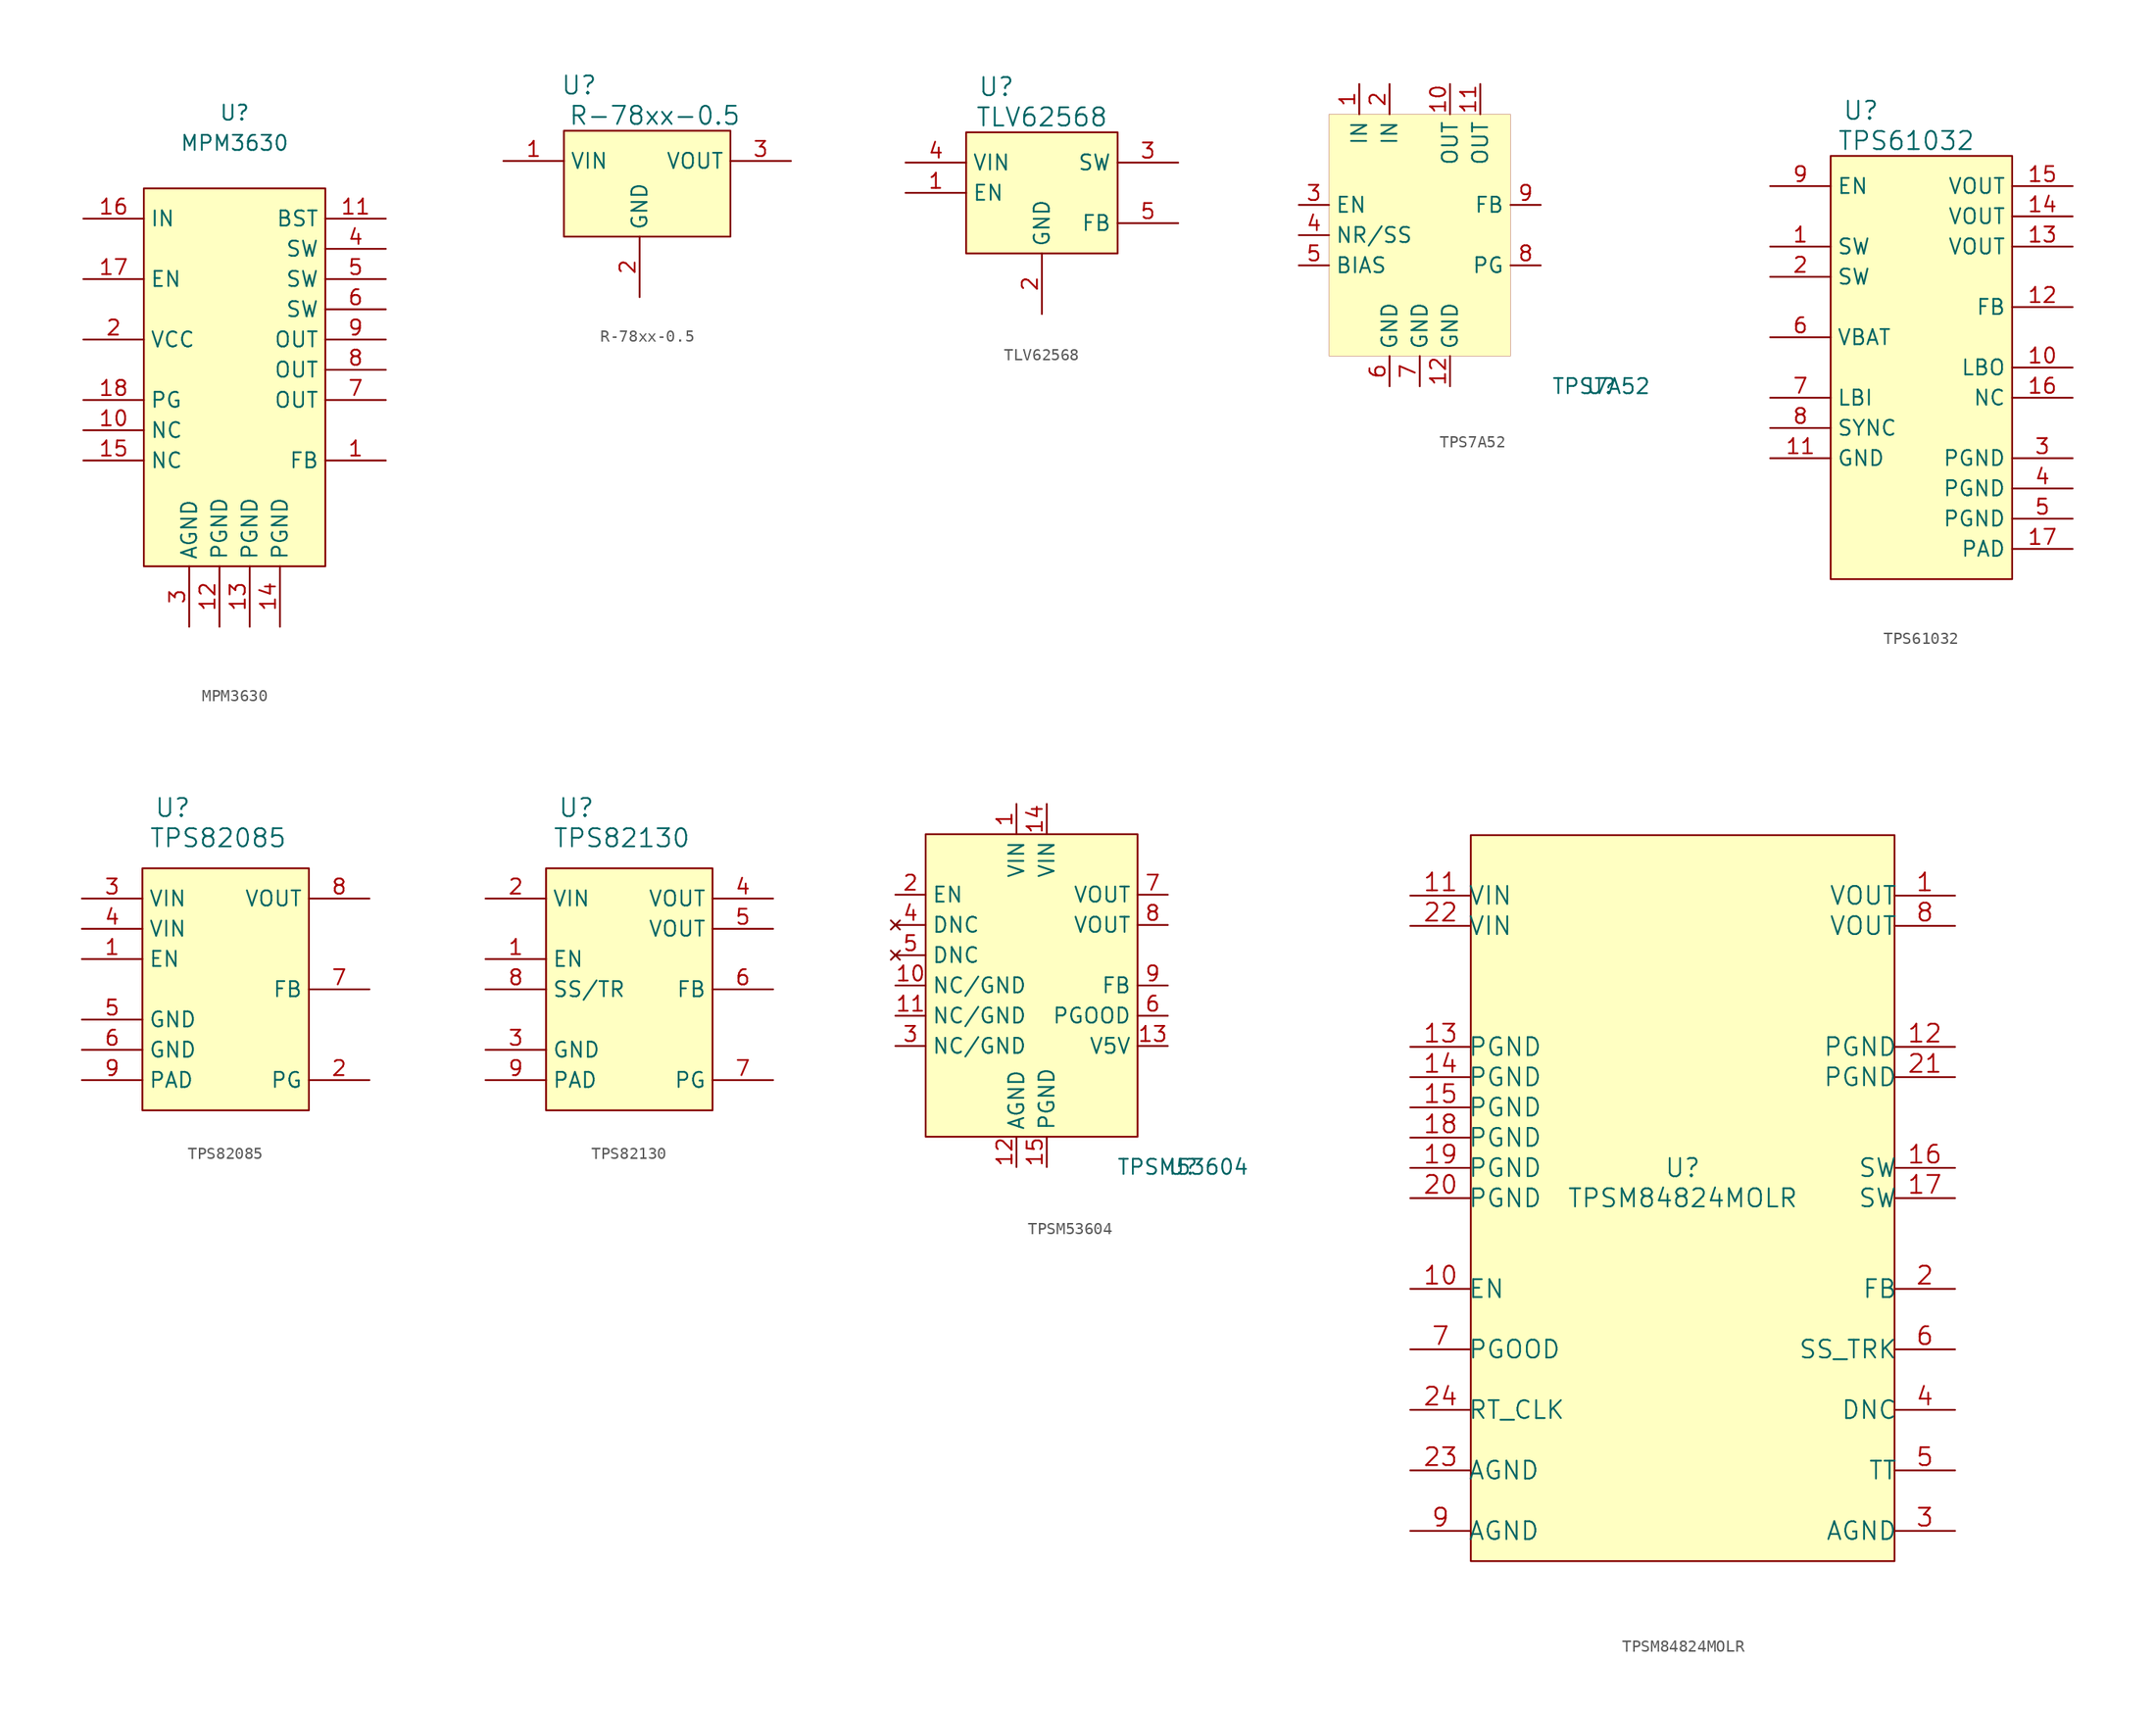
<source format=kicad_sym>
(kicad_symbol_lib
  (version 20201005)
  (generator kicad_symbol_editor)
  (symbol "DCDC_Converters:MPM3630"
    (property "Reference" "U"
      (at 0 25.4 0)
      (effects (font (size 1.27 1.27))))
    (property "Value" "MPM3630"
      (at 0 22.86 0)
      (effects (font (size 1.27 1.27))))
    (symbol "MPM3630_0_1"
      (rectangle (start -7.62 19.05) (end 7.62 -12.7) (stroke (width 0)) (fill (type background))))
    (symbol "MPM3630_1_1"
      (pin input line (at 12.7 -3.81 180) (length 5.08) (name "FB" (effects (font (size 1.27 1.27)))) (number "1" (effects (font (size 1.27 1.27)))))
      (pin input line (at -12.7 -1.27 0) (length 5.08) (name "NC" (effects (font (size 1.27 1.27)))) (number "10" (effects (font (size 1.27 1.27)))))
      (pin input line (at 12.7 16.51 180) (length 5.08) (name "BST" (effects (font (size 1.27 1.27)))) (number "11" (effects (font (size 1.27 1.27)))))
      (pin input line (at -1.27 -17.78 90) (length 5.08) (name "PGND" (effects (font (size 1.27 1.27)))) (number "12" (effects (font (size 1.27 1.27)))))
      (pin input line (at 1.27 -17.78 90) (length 5.08) (name "PGND" (effects (font (size 1.27 1.27)))) (number "13" (effects (font (size 1.27 1.27)))))
      (pin input line (at 3.81 -17.78 90) (length 5.08) (name "PGND" (effects (font (size 1.27 1.27)))) (number "14" (effects (font (size 1.27 1.27)))))
      (pin input line (at -12.7 -3.81 0) (length 5.08) (name "NC" (effects (font (size 1.27 1.27)))) (number "15" (effects (font (size 1.27 1.27)))))
      (pin input line (at -12.7 16.51 0) (length 5.08) (name "IN" (effects (font (size 1.27 1.27)))) (number "16" (effects (font (size 1.27 1.27)))))
      (pin input line (at -12.7 11.43 0) (length 5.08) (name "EN" (effects (font (size 1.27 1.27)))) (number "17" (effects (font (size 1.27 1.27)))))
      (pin input line (at -12.7 1.27 0) (length 5.08) (name "PG" (effects (font (size 1.27 1.27)))) (number "18" (effects (font (size 1.27 1.27)))))
      (pin input line (at -12.7 6.35 0) (length 5.08) (name "VCC" (effects (font (size 1.27 1.27)))) (number "2" (effects (font (size 1.27 1.27)))))
      (pin input line (at -3.81 -17.78 90) (length 5.08) (name "AGND" (effects (font (size 1.27 1.27)))) (number "3" (effects (font (size 1.27 1.27)))))
      (pin input line (at 12.7 13.97 180) (length 5.08) (name "SW" (effects (font (size 1.27 1.27)))) (number "4" (effects (font (size 1.27 1.27)))))
      (pin input line (at 12.7 11.43 180) (length 5.08) (name "SW" (effects (font (size 1.27 1.27)))) (number "5" (effects (font (size 1.27 1.27)))))
      (pin input line (at 12.7 8.89 180) (length 5.08) (name "SW" (effects (font (size 1.27 1.27)))) (number "6" (effects (font (size 1.27 1.27)))))
      (pin input line (at 12.7 1.27 180) (length 5.08) (name "OUT" (effects (font (size 1.27 1.27)))) (number "7" (effects (font (size 1.27 1.27)))))
      (pin input line (at 12.7 3.81 180) (length 5.08) (name "OUT" (effects (font (size 1.27 1.27)))) (number "8" (effects (font (size 1.27 1.27)))))
      (pin input line (at 12.7 6.35 180) (length 5.08) (name "OUT" (effects (font (size 1.27 1.27)))) (number "9" (effects (font (size 1.27 1.27)))))))
  (symbol "DCDC_Converters:R-78xx-0.5"
    (property "Reference" "U"
      (at -5.08 6.35 0)
      (effects (font (size 1.524 1.524))))
    (property "Value" "R-78xx-0.5"
      (at 1.27 3.81 0)
      (effects (font (size 1.524 1.524))))
    (symbol "R-78xx-0.5_0_1"
      (rectangle (start -6.35 2.54) (end 7.62 -6.35) (stroke (width 0)) (fill (type background))))
    (symbol "R-78xx-0.5_1_1"
      (pin input line (at -11.43 0 0) (length 5.08) (name "VIN" (effects (font (size 1.27 1.27)))) (number "1" (effects (font (size 1.27 1.27)))))
      (pin input line (at 0 -11.43 90) (length 5.08) (name "GND" (effects (font (size 1.27 1.27)))) (number "2" (effects (font (size 1.27 1.27)))))
      (pin input line (at 12.7 0 180) (length 5.08) (name "VOUT" (effects (font (size 1.27 1.27)))) (number "3" (effects (font (size 1.27 1.27)))))))
  (symbol "DCDC_Converters:TLV62568"
    (property "Reference" "U"
      (at -3.81 8.89 0)
      (effects (font (size 1.524 1.524))))
    (property "Value" "TLV62568"
      (at 0 6.35 0)
      (effects (font (size 1.524 1.524))))
    (symbol "TLV62568_0_1"
      (rectangle (start -6.35 5.08) (end 6.35 -5.08) (stroke (width 0)) (fill (type background))))
    (symbol "TLV62568_1_1"
      (pin input line (at -11.43 0 0) (length 5.08) (name "EN" (effects (font (size 1.27 1.27)))) (number "1" (effects (font (size 1.27 1.27)))))
      (pin input line (at 0 -10.16 90) (length 5.08) (name "GND" (effects (font (size 1.27 1.27)))) (number "2" (effects (font (size 1.27 1.27)))))
      (pin input line (at 11.43 2.54 180) (length 5.08) (name "SW" (effects (font (size 1.27 1.27)))) (number "3" (effects (font (size 1.27 1.27)))))
      (pin input line (at -11.43 2.54 0) (length 5.08) (name "VIN" (effects (font (size 1.27 1.27)))) (number "4" (effects (font (size 1.27 1.27)))))
      (pin input line (at 11.43 -2.54 180) (length 5.08) (name "FB" (effects (font (size 1.27 1.27)))) (number "5" (effects (font (size 1.27 1.27)))))))
  (symbol "DCDC_Converters:TPS7A52"
    (property "Reference" "U"
      (at 15.24 -12.7 0)
      (effects (font (size 1.27 1.27))))
    (property "Value" "TPS7A52"
      (at 15.24 -12.7 0)
      (effects (font (size 1.27 1.27))))
    (symbol "TPS7A52_0_1"
      (rectangle (start -7.62 10.16) (end 7.62 -10.16) (stroke (width 0.001)) (fill (type background))))
    (symbol "TPS7A52_1_1"
      (pin power_in line (at -5.08 12.7 270) (length 2.54) (name "IN" (effects (font (size 1.27 1.27)))) (number "1" (effects (font (size 1.27 1.27)))))
      (pin power_out line (at 2.54 12.7 270) (length 2.54) (name "OUT" (effects (font (size 1.27 1.27)))) (number "10" (effects (font (size 1.27 1.27)))))
      (pin power_out line (at 5.08 12.7 270) (length 2.54) (name "OUT" (effects (font (size 1.27 1.27)))) (number "11" (effects (font (size 1.27 1.27)))))
      (pin power_in line (at 2.54 -12.7 90) (length 2.54) (name "GND" (effects (font (size 1.27 1.27)))) (number "12" (effects (font (size 1.27 1.27)))))
      (pin power_in line (at -2.54 12.7 270) (length 2.54) (name "IN" (effects (font (size 1.27 1.27)))) (number "2" (effects (font (size 1.27 1.27)))))
      (pin input line (at -10.16 2.54 0) (length 2.54) (name "EN" (effects (font (size 1.27 1.27)))) (number "3" (effects (font (size 1.27 1.27)))))
      (pin input line (at -10.16 0 0) (length 2.54) (name "NR/SS" (effects (font (size 1.27 1.27)))) (number "4" (effects (font (size 1.27 1.27)))))
      (pin input line (at -10.16 -2.54 0) (length 2.54) (name "BIAS" (effects (font (size 1.27 1.27)))) (number "5" (effects (font (size 1.27 1.27)))))
      (pin power_in line (at -2.54 -12.7 90) (length 2.54) (name "GND" (effects (font (size 1.27 1.27)))) (number "6" (effects (font (size 1.27 1.27)))))
      (pin power_in line (at 0 -12.7 90) (length 2.54) (name "GND" (effects (font (size 1.27 1.27)))) (number "7" (effects (font (size 1.27 1.27)))))
      (pin output line (at 10.16 -2.54 180) (length 2.54) (name "PG" (effects (font (size 1.27 1.27)))) (number "8" (effects (font (size 1.27 1.27)))))
      (pin input line (at 10.16 2.54 180) (length 2.54) (name "FB" (effects (font (size 1.27 1.27)))) (number "9" (effects (font (size 1.27 1.27)))))))
  (symbol "DCDC_Converters:TPS61032"
    (property "Reference" "U"
      (at -5.08 19.05 0)
      (effects (font (size 1.524 1.524))))
    (property "Value" "TPS61032"
      (at -1.27 16.51 0)
      (effects (font (size 1.524 1.524))))
    (symbol "TPS61032_0_1"
      (rectangle (start -7.62 15.24) (end 7.62 -20.32) (stroke (width 0)) (fill (type background))))
    (symbol "TPS61032_1_1"
      (pin input line (at -12.7 7.62 0) (length 5.08) (name "SW" (effects (font (size 1.27 1.27)))) (number "1" (effects (font (size 1.27 1.27)))))
      (pin input line (at 12.7 -2.54 180) (length 5.08) (name "LBO" (effects (font (size 1.27 1.27)))) (number "10" (effects (font (size 1.27 1.27)))))
      (pin input line (at -12.7 -10.16 0) (length 5.08) (name "GND" (effects (font (size 1.27 1.27)))) (number "11" (effects (font (size 1.27 1.27)))))
      (pin input line (at 12.7 2.54 180) (length 5.08) (name "FB" (effects (font (size 1.27 1.27)))) (number "12" (effects (font (size 1.27 1.27)))))
      (pin input line (at 12.7 7.62 180) (length 5.08) (name "VOUT" (effects (font (size 1.27 1.27)))) (number "13" (effects (font (size 1.27 1.27)))))
      (pin input line (at 12.7 10.16 180) (length 5.08) (name "VOUT" (effects (font (size 1.27 1.27)))) (number "14" (effects (font (size 1.27 1.27)))))
      (pin input line (at 12.7 12.7 180) (length 5.08) (name "VOUT" (effects (font (size 1.27 1.27)))) (number "15" (effects (font (size 1.27 1.27)))))
      (pin input line (at 12.7 -5.08 180) (length 5.08) (name "NC" (effects (font (size 1.27 1.27)))) (number "16" (effects (font (size 1.27 1.27)))))
      (pin input line (at 12.7 -17.78 180) (length 5.08) (name "PAD" (effects (font (size 1.27 1.27)))) (number "17" (effects (font (size 1.27 1.27)))))
      (pin input line (at -12.7 5.08 0) (length 5.08) (name "SW" (effects (font (size 1.27 1.27)))) (number "2" (effects (font (size 1.27 1.27)))))
      (pin input line (at 12.7 -10.16 180) (length 5.08) (name "PGND" (effects (font (size 1.27 1.27)))) (number "3" (effects (font (size 1.27 1.27)))))
      (pin input line (at 12.7 -12.7 180) (length 5.08) (name "PGND" (effects (font (size 1.27 1.27)))) (number "4" (effects (font (size 1.27 1.27)))))
      (pin input line (at 12.7 -15.24 180) (length 5.08) (name "PGND" (effects (font (size 1.27 1.27)))) (number "5" (effects (font (size 1.27 1.27)))))
      (pin input line (at -12.7 0 0) (length 5.08) (name "VBAT" (effects (font (size 1.27 1.27)))) (number "6" (effects (font (size 1.27 1.27)))))
      (pin input line (at -12.7 -5.08 0) (length 5.08) (name "LBI" (effects (font (size 1.27 1.27)))) (number "7" (effects (font (size 1.27 1.27)))))
      (pin input line (at -12.7 -7.62 0) (length 5.08) (name "SYNC" (effects (font (size 1.27 1.27)))) (number "8" (effects (font (size 1.27 1.27)))))
      (pin input line (at -12.7 12.7 0) (length 5.08) (name "EN" (effects (font (size 1.27 1.27)))) (number "9" (effects (font (size 1.27 1.27)))))))
  (symbol "DCDC_Converters:TPS82085"
    (property "Reference" "U"
      (at -5.08 16.51 0)
      (effects (font (size 1.524 1.524))))
    (property "Value" "TPS82085"
      (at -1.27 13.97 0)
      (effects (font (size 1.524 1.524))))
    (symbol "TPS82085_0_1"
      (rectangle (start 6.35 -8.89) (end -7.62 11.43) (stroke (width 0)) (fill (type background))))
    (symbol "TPS82085_1_1"
      (pin input line (at -12.7 3.81 0) (length 5.08) (name "EN" (effects (font (size 1.27 1.27)))) (number "1" (effects (font (size 1.27 1.27)))))
      (pin input line (at 11.43 -6.35 180) (length 5.08) (name "PG" (effects (font (size 1.27 1.27)))) (number "2" (effects (font (size 1.27 1.27)))))
      (pin input line (at -12.7 8.89 0) (length 5.08) (name "VIN" (effects (font (size 1.27 1.27)))) (number "3" (effects (font (size 1.27 1.27)))))
      (pin input line (at -12.7 6.35 0) (length 5.08) (name "VIN" (effects (font (size 1.27 1.27)))) (number "4" (effects (font (size 1.27 1.27)))))
      (pin input line (at -12.7 -1.27 0) (length 5.08) (name "GND" (effects (font (size 1.27 1.27)))) (number "5" (effects (font (size 1.27 1.27)))))
      (pin input line (at -12.7 -3.81 0) (length 5.08) (name "GND" (effects (font (size 1.27 1.27)))) (number "6" (effects (font (size 1.27 1.27)))))
      (pin input line (at 11.43 1.27 180) (length 5.08) (name "FB" (effects (font (size 1.27 1.27)))) (number "7" (effects (font (size 1.27 1.27)))))
      (pin input line (at 11.43 8.89 180) (length 5.08) (name "VOUT" (effects (font (size 1.27 1.27)))) (number "8" (effects (font (size 1.27 1.27)))))
      (pin input line (at -12.7 -6.35 0) (length 5.08) (name "PAD" (effects (font (size 1.27 1.27)))) (number "9" (effects (font (size 1.27 1.27)))))))
  (symbol "DCDC_Converters:TPS82130"
    (property "Reference" "U"
      (at -5.08 16.51 0)
      (effects (font (size 1.524 1.524))))
    (property "Value" "TPS82130"
      (at -1.27 13.97 0)
      (effects (font (size 1.524 1.524))))
    (symbol "TPS82130_0_1"
      (rectangle (start 6.35 -8.89) (end -7.62 11.43) (stroke (width 0)) (fill (type background))))
    (symbol "TPS82130_1_1"
      (pin input line (at -12.7 3.81 0) (length 5.08) (name "EN" (effects (font (size 1.27 1.27)))) (number "1" (effects (font (size 1.27 1.27)))))
      (pin input line (at -12.7 8.89 0) (length 5.08) (name "VIN" (effects (font (size 1.27 1.27)))) (number "2" (effects (font (size 1.27 1.27)))))
      (pin input line (at -12.7 -3.81 0) (length 5.08) (name "GND" (effects (font (size 1.27 1.27)))) (number "3" (effects (font (size 1.27 1.27)))))
      (pin input line (at 11.43 8.89 180) (length 5.08) (name "VOUT" (effects (font (size 1.27 1.27)))) (number "4" (effects (font (size 1.27 1.27)))))
      (pin input line (at 11.43 6.35 180) (length 5.08) (name "VOUT" (effects (font (size 1.27 1.27)))) (number "5" (effects (font (size 1.27 1.27)))))
      (pin input line (at 11.43 1.27 180) (length 5.08) (name "FB" (effects (font (size 1.27 1.27)))) (number "6" (effects (font (size 1.27 1.27)))))
      (pin input line (at 11.43 -6.35 180) (length 5.08) (name "PG" (effects (font (size 1.27 1.27)))) (number "7" (effects (font (size 1.27 1.27)))))
      (pin input line (at -12.7 1.27 0) (length 5.08) (name "SS/TR" (effects (font (size 1.27 1.27)))) (number "8" (effects (font (size 1.27 1.27)))))
      (pin input line (at -12.7 -6.35 0) (length 5.08) (name "PAD" (effects (font (size 1.27 1.27)))) (number "9" (effects (font (size 1.27 1.27)))))))
  (symbol "DCDC_Converters:TPSM53604"
    (property "Reference" "U"
      (at 13.97 -15.24 0)
      (effects (font (size 1.27 1.27))))
    (property "Value" "TPSM53604"
      (at 13.97 -15.24 0)
      (effects (font (size 1.27 1.27))))
    (symbol "TPSM53604_0_1"
      (rectangle (start -7.62 12.7) (end 10.16 -12.7) (stroke (width 0.152)) (fill (type background))))
    (symbol "TPSM53604_1_1"
      (pin power_in line (at 0 15.24 270) (length 2.54) (name "VIN" (effects (font (size 1.27 1.27)))) (number "1" (effects (font (size 1.27 1.27)))))
      (pin input line (at -10.16 0 0) (length 2.54) (name "NC/GND" (effects (font (size 1.27 1.27)))) (number "10" (effects (font (size 1.27 1.27)))))
      (pin input line (at -10.16 -2.54 0) (length 2.54) (name "NC/GND" (effects (font (size 1.27 1.27)))) (number "11" (effects (font (size 1.27 1.27)))))
      (pin power_in line (at 0 -15.24 90) (length 2.54) (name "AGND" (effects (font (size 1.27 1.27)))) (number "12" (effects (font (size 1.27 1.27)))))
      (pin output line (at 12.7 -5.08 180) (length 2.54) (name "V5V" (effects (font (size 1.27 1.27)))) (number "13" (effects (font (size 1.27 1.27)))))
      (pin power_in line (at 2.54 15.24 270) (length 2.54) (name "VIN" (effects (font (size 1.27 1.27)))) (number "14" (effects (font (size 1.27 1.27)))))
      (pin power_in line (at 2.54 -15.24 90) (length 2.54) (name "PGND" (effects (font (size 1.27 1.27)))) (number "15" (effects (font (size 1.27 1.27)))))
      (pin input line (at -10.16 7.62 0) (length 2.54) (name "EN" (effects (font (size 1.27 1.27)))) (number "2" (effects (font (size 1.27 1.27)))))
      (pin input line (at -10.16 -5.08 0) (length 2.54) (name "NC/GND" (effects (font (size 1.27 1.27)))) (number "3" (effects (font (size 1.27 1.27)))))
      (pin no_connect line (at -10.16 5.08 0) (length 2.54) (name "DNC" (effects (font (size 1.27 1.27)))) (number "4" (effects (font (size 1.27 1.27)))))
      (pin no_connect line (at -10.16 2.54 0) (length 2.54) (name "DNC" (effects (font (size 1.27 1.27)))) (number "5" (effects (font (size 1.27 1.27)))))
      (pin output line (at 12.7 -2.54 180) (length 2.54) (name "PGOOD" (effects (font (size 1.27 1.27)))) (number "6" (effects (font (size 1.27 1.27)))))
      (pin power_out line (at 12.7 7.62 180) (length 2.54) (name "VOUT" (effects (font (size 1.27 1.27)))) (number "7" (effects (font (size 1.27 1.27)))))
      (pin power_out line (at 12.7 5.08 180) (length 2.54) (name "VOUT" (effects (font (size 1.27 1.27)))) (number "8" (effects (font (size 1.27 1.27)))))
      (pin input line (at 12.7 0 180) (length 2.54) (name "FB" (effects (font (size 1.27 1.27)))) (number "9" (effects (font (size 1.27 1.27)))))))
  (symbol "DCDC_Converters:TPSM84824MOLR"
    (pin_names
      (offset -0.254))
    (property "Reference" "U"
      (at 0 2.54 0)
      (effects (font (size 1.524 1.524))))
    (property "Value" "TPSM84824MOLR"
      (at 0 0 0)
      (effects (font (size 1.524 1.524))))
    (property "Datasheet" ""
      (at 0 0 0)
      (effects (font (size 1.524 1.524))))
    (symbol "TPSM84824MOLR_1_1"
      (rectangle (start -17.78 30.48) (end 17.78 -30.48) (stroke (width 0.152)) (fill (type background)))
      (pin power_in line (at 22.86 25.4 180) (length 5.08) (name "VOUT" (effects (font (size 1.499 1.499)))) (number "1" (effects (font (size 1.499 1.499)))))
      (pin input line (at -22.86 -7.62 0) (length 5.08) (name "EN" (effects (font (size 1.499 1.499)))) (number "10" (effects (font (size 1.499 1.499)))))
      (pin power_in line (at -22.86 25.4 0) (length 5.08) (name "VIN" (effects (font (size 1.499 1.499)))) (number "11" (effects (font (size 1.499 1.499)))))
      (pin power_in line (at 22.86 12.7 180) (length 5.08) (name "PGND" (effects (font (size 1.499 1.499)))) (number "12" (effects (font (size 1.499 1.499)))))
      (pin power_in line (at -22.86 12.7 0) (length 5.08) (name "PGND" (effects (font (size 1.499 1.499)))) (number "13" (effects (font (size 1.499 1.499)))))
      (pin power_in line (at -22.86 10.16 0) (length 5.08) (name "PGND" (effects (font (size 1.499 1.499)))) (number "14" (effects (font (size 1.499 1.499)))))
      (pin power_in line (at -22.86 7.62 0) (length 5.08) (name "PGND" (effects (font (size 1.499 1.499)))) (number "15" (effects (font (size 1.499 1.499)))))
      (pin output line (at 22.86 2.54 180) (length 5.08) (name "SW" (effects (font (size 1.499 1.499)))) (number "16" (effects (font (size 1.499 1.499)))))
      (pin output line (at 22.86 0 180) (length 5.08) (name "SW" (effects (font (size 1.499 1.499)))) (number "17" (effects (font (size 1.499 1.499)))))
      (pin power_in line (at -22.86 5.08 0) (length 5.08) (name "PGND" (effects (font (size 1.499 1.499)))) (number "18" (effects (font (size 1.499 1.499)))))
      (pin power_in line (at -22.86 2.54 0) (length 5.08) (name "PGND" (effects (font (size 1.499 1.499)))) (number "19" (effects (font (size 1.499 1.499)))))
      (pin input line (at 22.86 -7.62 180) (length 5.08) (name "FB" (effects (font (size 1.499 1.499)))) (number "2" (effects (font (size 1.499 1.499)))))
      (pin power_in line (at -22.86 0 0) (length 5.08) (name "PGND" (effects (font (size 1.499 1.499)))) (number "20" (effects (font (size 1.499 1.499)))))
      (pin power_in line (at 22.86 10.16 180) (length 5.08) (name "PGND" (effects (font (size 1.499 1.499)))) (number "21" (effects (font (size 1.499 1.499)))))
      (pin power_in line (at -22.86 22.86 0) (length 5.08) (name "VIN" (effects (font (size 1.499 1.499)))) (number "22" (effects (font (size 1.499 1.499)))))
      (pin power_in line (at -22.86 -22.86 0) (length 5.08) (name "AGND" (effects (font (size 1.499 1.499)))) (number "23" (effects (font (size 1.499 1.499)))))
      (pin input line (at -22.86 -17.78 0) (length 5.08) (name "RT_CLK" (effects (font (size 1.499 1.499)))) (number "24" (effects (font (size 1.499 1.499)))))
      (pin power_in line (at 22.86 -27.94 180) (length 5.08) (name "AGND" (effects (font (size 1.499 1.499)))) (number "3" (effects (font (size 1.499 1.499)))))
      (pin unspecified line (at 22.86 -17.78 180) (length 5.08) (name "DNC" (effects (font (size 1.499 1.499)))) (number "4" (effects (font (size 1.499 1.499)))))
      (pin unspecified line (at 22.86 -22.86 180) (length 5.08) (name "TT" (effects (font (size 1.499 1.499)))) (number "5" (effects (font (size 1.499 1.499)))))
      (pin unspecified line (at 22.86 -12.7 180) (length 5.08) (name "SS_TRK" (effects (font (size 1.499 1.499)))) (number "6" (effects (font (size 1.499 1.499)))))
      (pin unspecified line (at -22.86 -12.7 0) (length 5.08) (name "PGOOD" (effects (font (size 1.499 1.499)))) (number "7" (effects (font (size 1.499 1.499)))))
      (pin power_in line (at 22.86 22.86 180) (length 5.08) (name "VOUT" (effects (font (size 1.499 1.499)))) (number "8" (effects (font (size 1.499 1.499)))))
      (pin power_in line (at -22.86 -27.94 0) (length 5.08) (name "AGND" (effects (font (size 1.499 1.499)))) (number "9" (effects (font (size 1.499 1.499))))))))
</source>
